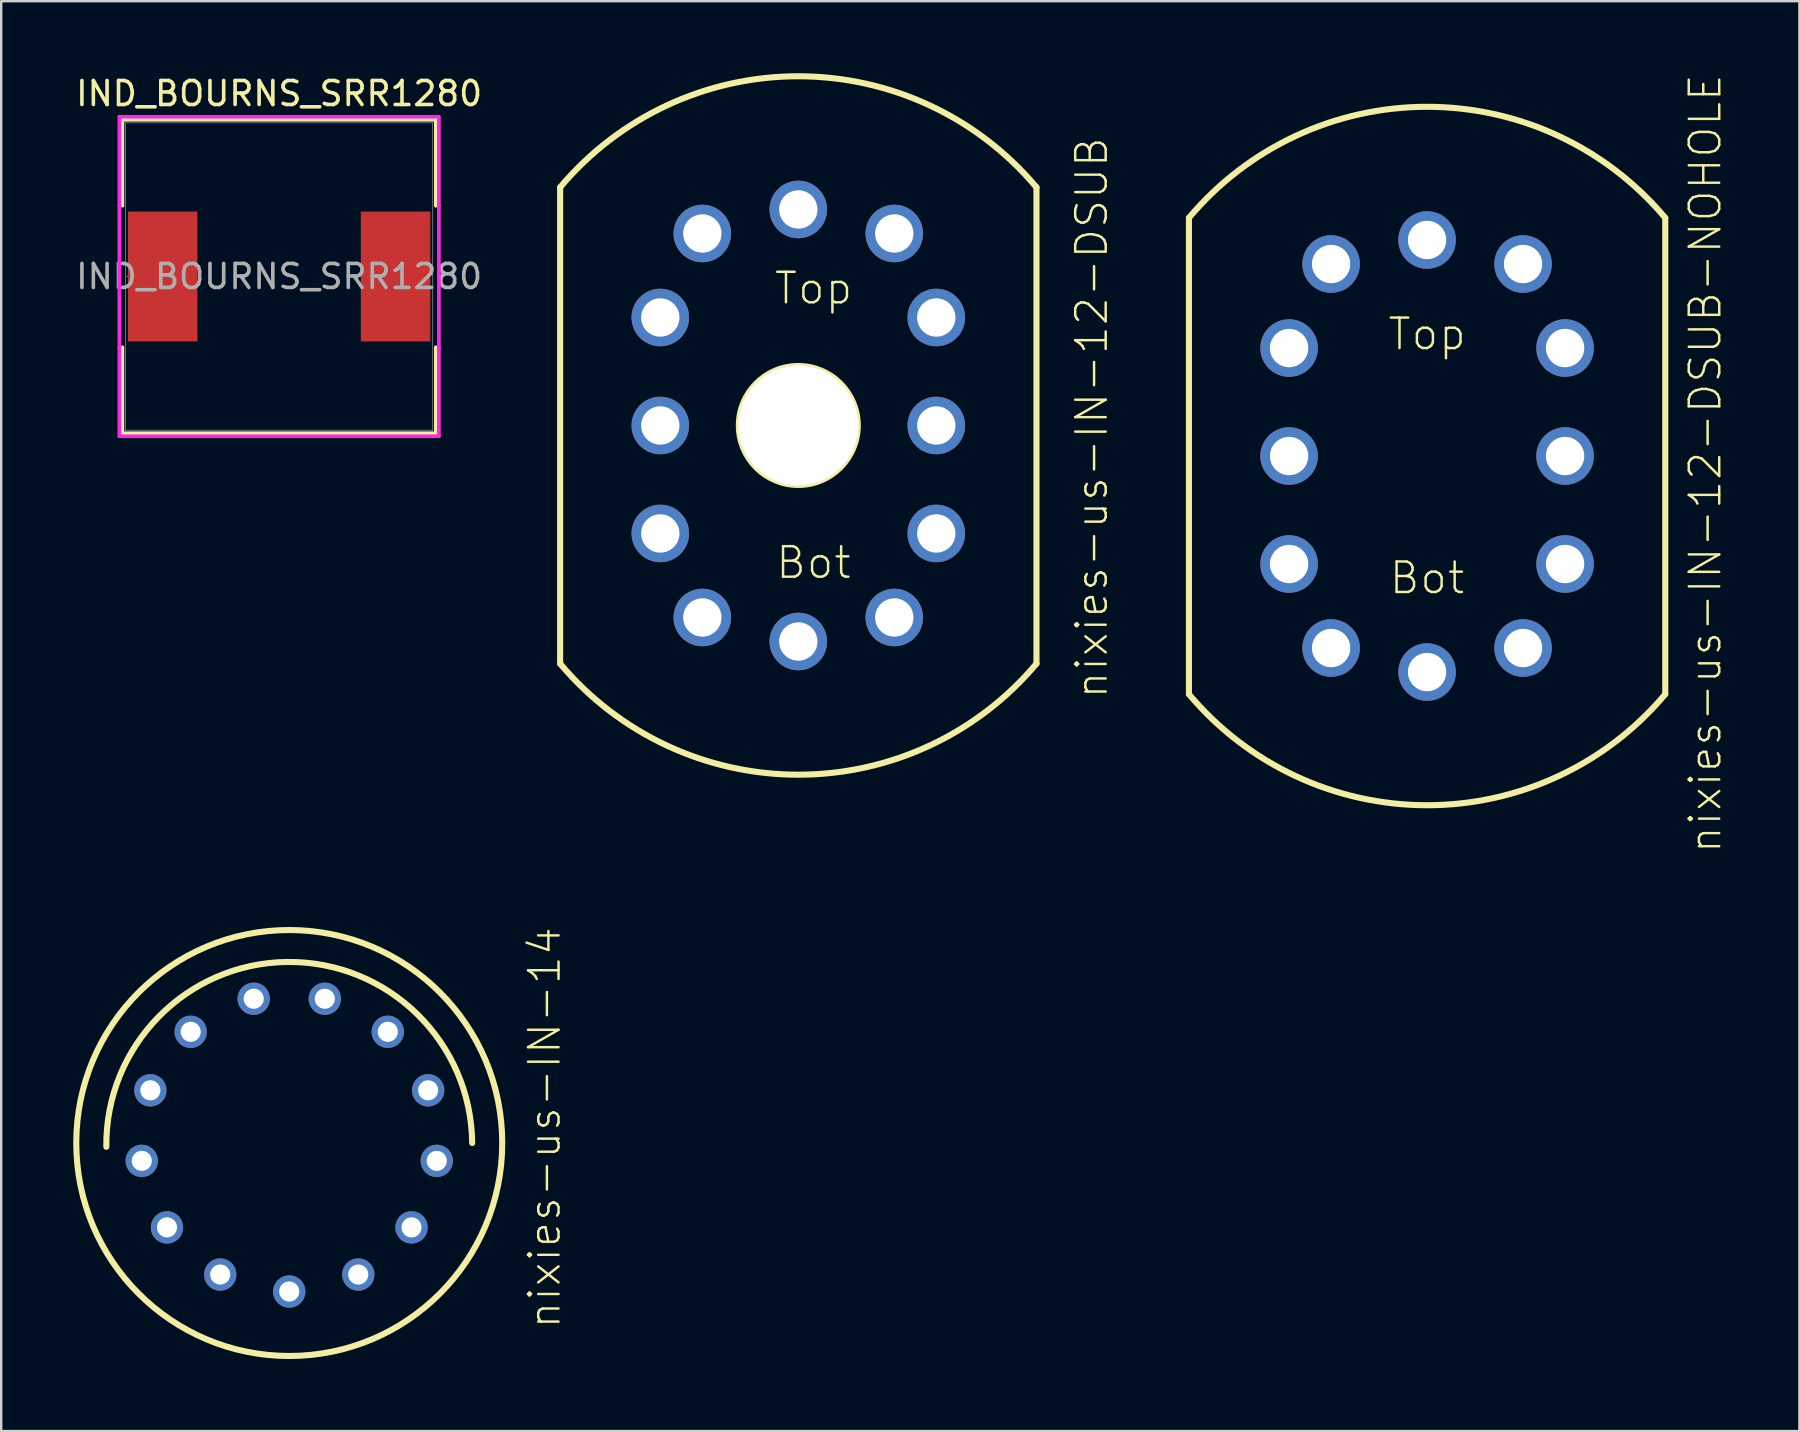
<source format=kicad_pcb>
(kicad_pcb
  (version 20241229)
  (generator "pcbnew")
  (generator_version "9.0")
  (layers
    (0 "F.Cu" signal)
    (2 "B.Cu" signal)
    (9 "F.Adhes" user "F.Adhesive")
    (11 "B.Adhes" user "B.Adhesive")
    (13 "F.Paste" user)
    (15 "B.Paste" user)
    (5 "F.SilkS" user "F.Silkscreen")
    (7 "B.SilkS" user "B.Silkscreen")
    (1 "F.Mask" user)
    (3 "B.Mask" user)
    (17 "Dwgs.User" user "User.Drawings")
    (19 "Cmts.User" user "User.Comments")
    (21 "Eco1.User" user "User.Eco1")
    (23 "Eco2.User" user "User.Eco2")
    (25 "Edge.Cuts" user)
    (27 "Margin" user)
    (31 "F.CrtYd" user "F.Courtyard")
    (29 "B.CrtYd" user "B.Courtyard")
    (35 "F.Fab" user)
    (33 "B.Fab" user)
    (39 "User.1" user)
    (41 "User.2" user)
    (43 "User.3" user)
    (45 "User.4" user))
  (footprint "IND_BOURNS_SRR1280"
    (layer "F.Cu")
    (at 8.577 8.468)
    (property "Reference" "IND_BOURNS_SRR1280" (at 0 -7.62 0) (unlocked yes) (layer "F.SilkS") (effects (font (size 1 1) (thickness 0.15))))
    (attr smd)
    (fp_line (start -6.528 -6.528) (end -6.528 -2.947) (stroke (width 0.152) (type solid)) (layer "F.SilkS"))
    (fp_line (start -6.528 2.947) (end -6.528 6.528) (stroke (width 0.152) (type solid)) (layer "F.SilkS"))
    (fp_line (start -6.528 6.528) (end 6.528 6.528) (stroke (width 0.152) (type solid)) (layer "F.SilkS"))
    (fp_line (start 6.528 -6.528) (end -6.528 -6.528) (stroke (width 0.152) (type solid)) (layer "F.SilkS"))
    (fp_line (start 6.528 -2.947) (end 6.528 -6.528) (stroke (width 0.152) (type solid)) (layer "F.SilkS"))
    (fp_line (start 6.528 6.528) (end 6.528 2.947) (stroke (width 0.152) (type solid)) (layer "F.SilkS"))
    (fp_line (start -6.655 -6.655) (end 6.655 -6.655) (stroke (width 0.152) (type solid)) (layer "F.CrtYd"))
    (fp_line (start -6.655 -2.959) (end -6.655 -6.655) (stroke (width 0.152) (type solid)) (layer "F.CrtYd"))
    (fp_line (start -6.655 -2.959) (end -6.655 -2.959) (stroke (width 0.152) (type solid)) (layer "F.CrtYd"))
    (fp_line (start -6.655 2.959) (end -6.655 -2.959) (stroke (width 0.152) (type solid)) (layer "F.CrtYd"))
    (fp_line (start -6.655 2.959) (end -6.655 2.959) (stroke (width 0.152) (type solid)) (layer "F.CrtYd"))
    (fp_line (start -6.655 6.655) (end -6.655 2.959) (stroke (width 0.152) (type solid)) (layer "F.CrtYd"))
    (fp_line (start 6.655 -6.655) (end 6.655 -2.959) (stroke (width 0.152) (type solid)) (layer "F.CrtYd"))
    (fp_line (start 6.655 -2.959) (end 6.655 -2.959) (stroke (width 0.152) (type solid)) (layer "F.CrtYd"))
    (fp_line (start 6.655 -2.959) (end 6.655 2.959) (stroke (width 0.152) (type solid)) (layer "F.CrtYd"))
    (fp_line (start 6.655 2.959) (end 6.655 2.959) (stroke (width 0.152) (type solid)) (layer "F.CrtYd"))
    (fp_line (start 6.655 2.959) (end 6.655 6.655) (stroke (width 0.152) (type solid)) (layer "F.CrtYd"))
    (fp_line (start 6.655 6.655) (end -6.655 6.655) (stroke (width 0.152) (type solid)) (layer "F.CrtYd"))
    (fp_line (start -6.401 -6.401) (end -6.401 6.401) (stroke (width 0.025) (type solid)) (layer "F.Fab"))
    (fp_line (start -6.401 6.401) (end 6.401 6.401) (stroke (width 0.025) (type solid)) (layer "F.Fab"))
    (fp_line (start 6.401 -6.401) (end -6.401 -6.401) (stroke (width 0.025) (type solid)) (layer "F.Fab"))
    (fp_line (start 6.401 6.401) (end 6.401 -6.401) (stroke (width 0.025) (type solid)) (layer "F.Fab"))
    (fp_circle (center -6.325 0) (end -6.325 0) (stroke (width 0.025) (type solid)) (fill no) (layer "F.Fab"))
    (fp_text user "${REFERENCE}" (at 0 0 0) (unlocked yes) (layer "F.Fab") (effects (font (size 1 1) (thickness 0.15))))
    (pad "1" smd rect (at -4.851 0) (size 2.896 5.41) (layers "F.Cu" "F.Mask" "F.Paste"))
    (pad "2" smd rect (at 4.851 0) (size 2.896 5.41) (layers "F.Cu" "F.Mask" "F.Paste"))
    (zone (net_name "") (layer "F.Cu") (hatch full 0.508) (connect_pads) (min_thickness 0.254) (filled_areas_thickness no) (keepout (tracks not_allowed) (vias not_allowed) (pads allowed) (copperpour not_allowed) (footprints allowed)) (placement (enabled no)) (fill) (polygon (pts (xy 5.225 2.118) (xy 11.93 2.118) (xy 11.93 14.818) (xy 5.225 14.818)))))
  (footprint "nixies-us-IN-12-DSUB-NOHOLE"
    (layer "F.Cu")
    (at 56.397 15.946)
    (property "Reference" "nixies-us-IN-12-DSUB-NOHOLE" (at 11.587 0.318 90) (layer "F.SilkS") (effects (font (size 1.27 1.27) (thickness 0.102))))
    (attr exclude_from_pos_files exclude_from_bom)
    (fp_line (start -9.921 9.921) (end -9.921 -9.921) (stroke (width 0.254) (type solid)) (layer "F.SilkS"))
    (fp_line (start 9.921 -9.921) (end 9.921 9.921) (stroke (width 0.254) (type solid)) (layer "F.SilkS"))
    (fp_arc (start -9.92124 -9.92124) (mid 0.000928 -14.547158) (end 9.922433 -9.919819) (stroke (width 0.254) (type solid)) (layer "F.SilkS"))
    (fp_arc (start 9.92124 9.92124) (mid -0.000928 14.547158) (end -9.922433 9.919819) (stroke (width 0.254) (type solid)) (layer "F.SilkS"))
    (fp_text user "Top" (at 0 -5.08 0) (layer "F.SilkS") (effects (font (size 1.27 1.27) (thickness 0.102))))
    (fp_text user "Bot" (at 0 5.08 0) (layer "F.SilkS") (effects (font (size 1.27 1.27) (thickness 0.102))))
    (pad "0" thru_hole circle (at 5.748 4.498) (size 2.398 2.398) (drill 1.598) (layers "*.Cu" "*.Mask"))
    (pad "1" thru_hole circle (at -3.998 7.998) (size 2.398 2.398) (drill 1.598) (layers "*.Cu" "*.Mask"))
    (pad "2" thru_hole circle (at -5.748 4.498) (size 2.398 2.398) (drill 1.598) (layers "*.Cu" "*.Mask"))
    (pad "3" thru_hole circle (at -5.748 0) (size 2.398 2.398) (drill 1.598) (layers "*.Cu" "*.Mask"))
    (pad "4" thru_hole circle (at -5.748 -4.498) (size 2.398 2.398) (drill 1.598) (layers "*.Cu" "*.Mask"))
    (pad "5" thru_hole circle (at -3.998 -7.998) (size 2.398 2.398) (drill 1.598) (layers "*.Cu" "*.Mask"))
    (pad "6" thru_hole circle (at 0 -8.999) (size 2.398 2.398) (drill 1.598) (layers "*.Cu" "*.Mask"))
    (pad "7" thru_hole circle (at 3.998 -7.998) (size 2.398 2.398) (drill 1.598) (layers "*.Cu" "*.Mask"))
    (pad "8" thru_hole circle (at 5.748 -4.498) (size 2.398 2.398) (drill 1.598) (layers "*.Cu" "*.Mask"))
    (pad "9" thru_hole circle (at 5.748 0) (size 2.398 2.398) (drill 1.598) (layers "*.Cu" "*.Mask"))
    (pad "A" thru_hole circle (at 3.998 7.998) (size 2.398 2.398) (drill 1.598) (layers "*.Cu" "*.Mask"))
    (pad "LHDP" thru_hole circle (at 0 8.999) (size 2.398 2.398) (drill 1.598) (layers "*.Cu" "*.Mask")))
  (footprint "nixies-us-IN-12-DSUB"
    (layer "F.Cu")
    (at 30.204 14.674)
    (property "Reference" "nixies-us-IN-12-DSUB" (at 12.222 -0.318 90) (layer "F.SilkS") (effects (font (size 1.27 1.27) (thickness 0.102))))
    (attr exclude_from_pos_files exclude_from_bom)
    (fp_line (start -9.921 9.921) (end -9.921 -9.921) (stroke (width 0.254) (type solid)) (layer "F.SilkS"))
    (fp_line (start 9.921 -9.921) (end 9.921 9.921) (stroke (width 0.254) (type solid)) (layer "F.SilkS"))
    (fp_arc (start -9.92124 -9.92124) (mid 0.000928 -14.547158) (end 9.922433 -9.919819) (stroke (width 0.254) (type solid)) (layer "F.SilkS"))
    (fp_arc (start 9.92124 9.92124) (mid -0.000928 14.547158) (end -9.922433 9.919819) (stroke (width 0.254) (type solid)) (layer "F.SilkS"))
    (fp_circle (center 0 0) (end 0 -2.54) (stroke (width 0.127) (type solid)) (fill no) (layer "F.SilkS"))
    (fp_text user "Top" (at 0.635 -5.715 0) (layer "F.SilkS") (effects (font (size 1.27 1.27) (thickness 0.102))))
    (fp_text user "Bot" (at 0.635 5.715 0) (layer "F.SilkS") (effects (font (size 1.27 1.27) (thickness 0.102))))
    (pad "" np_thru_hole circle (at 0 0) (size 4.999 4.999) (drill 4.999) (layers "*.Cu" "*.Mask"))
    (pad "0" thru_hole circle (at 5.748 4.498) (size 2.398 2.398) (drill 1.598) (layers "*.Cu" "*.Mask"))
    (pad "1" thru_hole circle (at -3.998 7.998) (size 2.398 2.398) (drill 1.598) (layers "*.Cu" "*.Mask"))
    (pad "2" thru_hole circle (at -5.748 4.498) (size 2.398 2.398) (drill 1.598) (layers "*.Cu" "*.Mask"))
    (pad "3" thru_hole circle (at -5.748 0) (size 2.398 2.398) (drill 1.598) (layers "*.Cu" "*.Mask"))
    (pad "4" thru_hole circle (at -5.748 -4.498) (size 2.398 2.398) (drill 1.598) (layers "*.Cu" "*.Mask"))
    (pad "5" thru_hole circle (at -3.998 -7.998) (size 2.398 2.398) (drill 1.598) (layers "*.Cu" "*.Mask"))
    (pad "6" thru_hole circle (at 0 -8.999) (size 2.398 2.398) (drill 1.598) (layers "*.Cu" "*.Mask"))
    (pad "7" thru_hole circle (at 3.998 -7.998) (size 2.398 2.398) (drill 1.598) (layers "*.Cu" "*.Mask"))
    (pad "8" thru_hole circle (at 5.748 -4.498) (size 2.398 2.398) (drill 1.598) (layers "*.Cu" "*.Mask"))
    (pad "9" thru_hole circle (at 5.748 0) (size 2.398 2.398) (drill 1.598) (layers "*.Cu" "*.Mask"))
    (pad "A" thru_hole circle (at 3.998 7.998) (size 2.398 2.398) (drill 1.598) (layers "*.Cu" "*.Mask"))
    (pad "LHDP" thru_hole circle (at 0 8.999) (size 2.398 2.398) (drill 1.598) (layers "*.Cu" "*.Mask")))
  (footprint "nixies-us-IN-14"
    (layer "F.Cu")
    (at 8.999 44.563)
    (property "Reference" "nixies-us-IN-14" (at 10.635 -0.635 90) (layer "F.SilkS") (effects (font (size 1.27 1.27) (thickness 0.102))))
    (attr through_hole exclude_from_pos_files exclude_from_bom)
    (fp_arc (start -7.62 0.15748) (mid -0.07874 -7.54126) (end 7.62 0) (stroke (width 0.254) (type solid)) (layer "F.SilkS"))
    (fp_circle (center 0 0) (end 0 -8.872) (stroke (width 0.254) (type solid)) (fill no) (layer "F.SilkS"))
    (pad "0" thru_hole circle (at -5.093 3.515) (size 1.346 1.346) (drill 0.838) (layers "*.Cu" "*.Mask"))
    (pad "1" thru_hole circle (at 5.093 3.515) (size 1.346 1.346) (drill 0.838) (layers "*.Cu" "*.Mask"))
    (pad "2" thru_hole circle (at 6.144 0.744) (size 1.346 1.346) (drill 0.838) (layers "*.Cu" "*.Mask"))
    (pad "3" thru_hole circle (at 5.786 -2.195) (size 1.346 1.346) (drill 0.838) (layers "*.Cu" "*.Mask"))
    (pad "4" thru_hole circle (at 4.105 -4.633) (size 1.346 1.346) (drill 0.838) (layers "*.Cu" "*.Mask"))
    (pad "5" thru_hole circle (at 1.481 -6.01) (size 1.346 1.346) (drill 0.838) (layers "*.Cu" "*.Mask"))
    (pad "6" thru_hole circle (at -1.481 -6.01) (size 1.346 1.346) (drill 0.838) (layers "*.Cu" "*.Mask"))
    (pad "7" thru_hole circle (at -4.105 -4.633) (size 1.346 1.346) (drill 0.838) (layers "*.Cu" "*.Mask"))
    (pad "8" thru_hole circle (at -5.786 -2.195) (size 1.346 1.346) (drill 0.838) (layers "*.Cu" "*.Mask"))
    (pad "9" thru_hole circle (at -6.144 0.744) (size 1.346 1.346) (drill 0.838) (layers "*.Cu" "*.Mask"))
    (pad "A" thru_hole circle (at 0 6.187) (size 1.346 1.346) (drill 0.838) (layers "*.Cu" "*.Mask"))
    (pad "LHDP" thru_hole circle (at 2.875 5.479) (size 1.346 1.346) (drill 0.838) (layers "*.Cu" "*.Mask"))
    (pad "RHDP" thru_hole circle (at -2.875 5.479) (size 1.346 1.346) (drill 0.838) (layers "*.Cu" "*.Mask")))
  (gr_rect
    (start -3 -3)
    (end 71.906 56.562)
    (stroke (width 0.1) (type default))
    (fill no)
    (layer "Edge.Cuts")))
</source>
